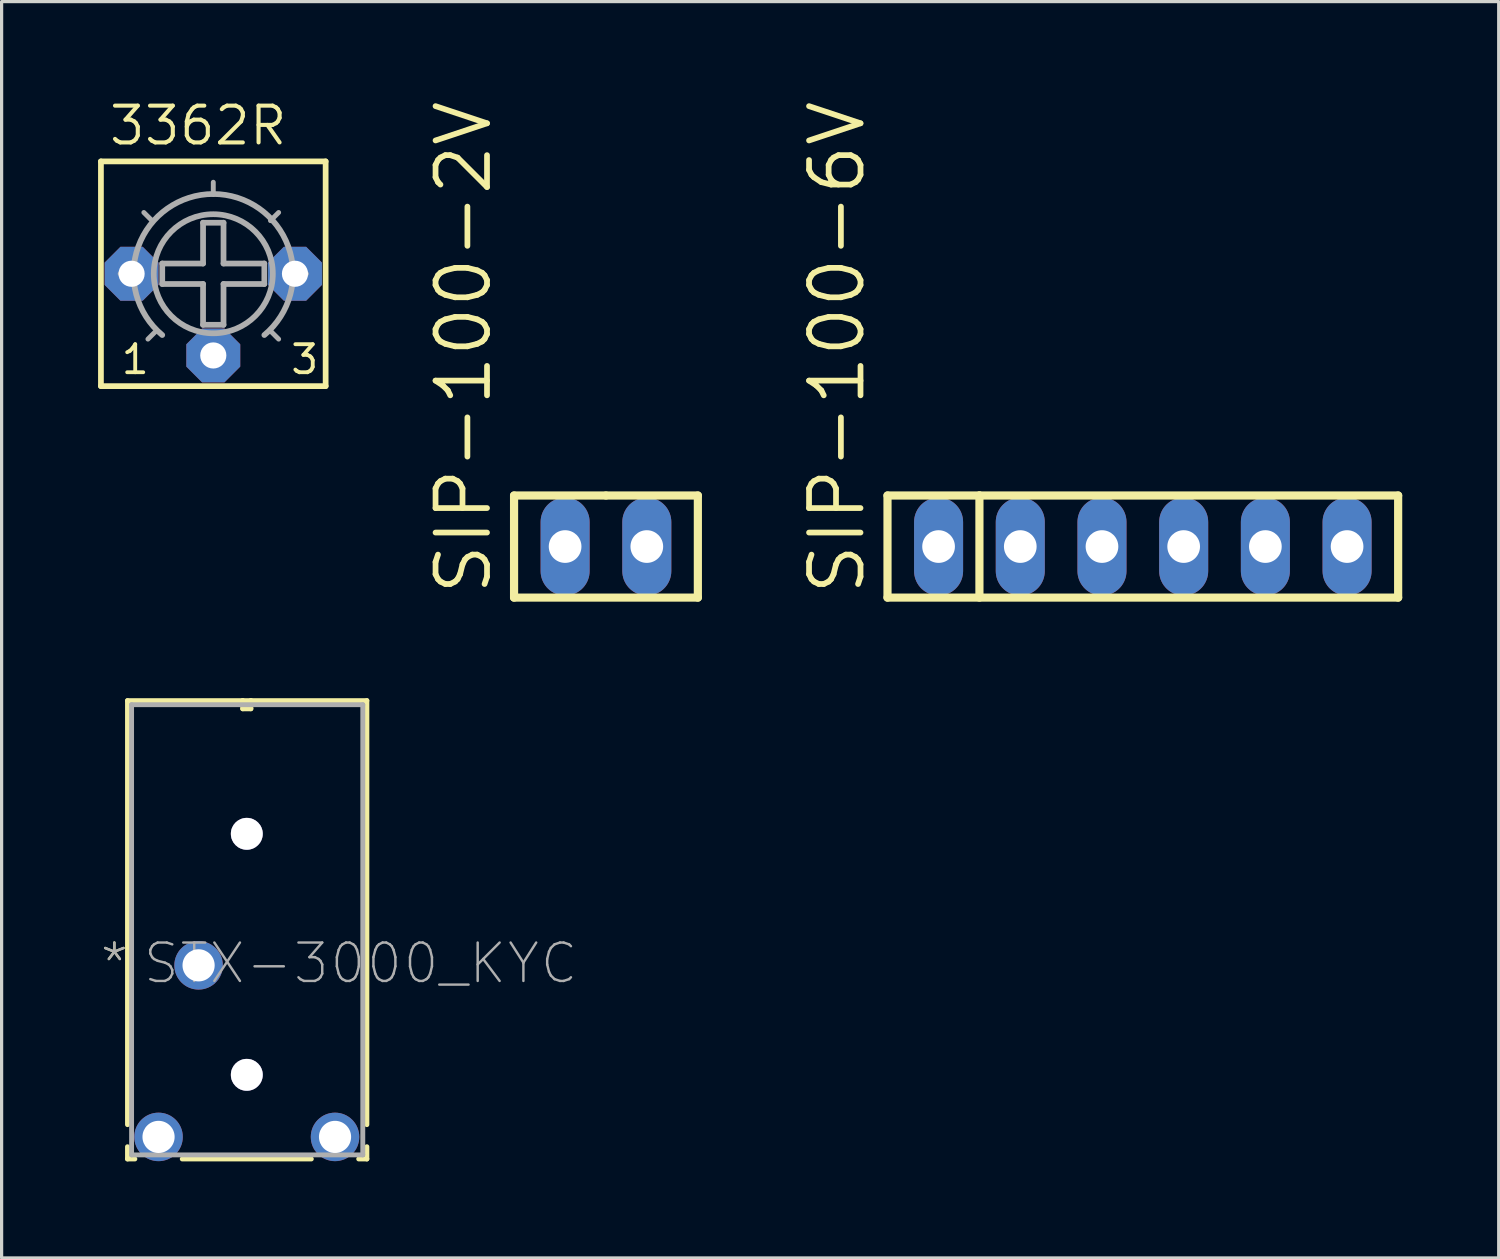
<source format=kicad_pcb>
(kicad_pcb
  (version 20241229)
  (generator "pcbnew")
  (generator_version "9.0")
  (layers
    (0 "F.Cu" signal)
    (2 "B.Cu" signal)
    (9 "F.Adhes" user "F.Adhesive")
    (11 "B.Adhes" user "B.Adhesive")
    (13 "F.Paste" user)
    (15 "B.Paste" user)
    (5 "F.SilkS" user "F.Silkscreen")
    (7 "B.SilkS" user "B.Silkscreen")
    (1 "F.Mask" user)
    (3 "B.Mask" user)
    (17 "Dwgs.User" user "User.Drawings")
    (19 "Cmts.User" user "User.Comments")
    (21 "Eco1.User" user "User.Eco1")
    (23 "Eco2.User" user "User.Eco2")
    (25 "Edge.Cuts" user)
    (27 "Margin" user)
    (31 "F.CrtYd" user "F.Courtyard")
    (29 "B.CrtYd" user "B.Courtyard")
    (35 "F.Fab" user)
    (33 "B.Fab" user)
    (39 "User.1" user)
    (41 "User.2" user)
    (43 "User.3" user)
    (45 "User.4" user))
  (footprint "SIP-100-2V"
    (layer "F.Cu")
    (at 15.789 13.942)
    (property "Reference" "SIP-100-2V" (at -3.493 1.587 90) (layer "F.SilkS") (effects (font (size 1.6 1.6) (thickness 0.178)) (justify left bottom)))
    (fp_line (start -2.857 -1.587) (end -2.857 1.587) (stroke (width 0.254) (type solid)) (layer "F.SilkS"))
    (fp_line (start -2.857 1.587) (end 2.857 1.587) (stroke (width 0.254) (type solid)) (layer "F.SilkS"))
    (fp_line (start 0 -1.587) (end -2.857 -1.587) (stroke (width 0.254) (type solid)) (layer "F.SilkS"))
    (fp_line (start 2.857 -1.587) (end 0 -1.587) (stroke (width 0.254) (type solid)) (layer "F.SilkS"))
    (fp_line (start 2.857 1.587) (end 2.857 -1.587) (stroke (width 0.254) (type solid)) (layer "F.SilkS"))
    (pad "1" thru_hole oval (at -1.27 0 90) (size 3.048 1.524) (drill 1.016) (layers "*.Cu" "*.Mask"))
    (pad "2" thru_hole oval (at 1.27 0 90) (size 3.048 1.524) (drill 1.016) (layers "*.Cu" "*.Mask")))
  (footprint "STX-3000_KYC"
    (layer "F.Cu")
    (at 3.124 26.962)
    (property "Reference" "STX-3000_KYC" (at -1.778 0.635 0) (layer "F.Fab") (effects (font (size 1.194 1.194) (thickness 0.076)) (justify left bottom)))
    (fp_line (start -2.21 -8.23) (end -2.21 4.953) (stroke (width 0.152) (type solid)) (layer "F.SilkS"))
    (fp_line (start -2.21 5.639) (end -2.21 6.02) (stroke (width 0.152) (type solid)) (layer "F.SilkS"))
    (fp_line (start -2.21 6.02) (end -1.981 6.02) (stroke (width 0.152) (type solid)) (layer "F.SilkS"))
    (fp_line (start -0.508 6.02) (end 3.505 6.02) (stroke (width 0.152) (type solid)) (layer "F.SilkS"))
    (fp_line (start 1.372 -8.23) (end -2.21 -8.23) (stroke (width 0.152) (type solid)) (layer "F.SilkS"))
    (fp_line (start 1.372 -8.23) (end 1.372 -7.976) (stroke (width 0.152) (type solid)) (layer "F.SilkS"))
    (fp_line (start 1.372 -7.976) (end 1.626 -7.976) (stroke (width 0.152) (type solid)) (layer "F.SilkS"))
    (fp_line (start 1.626 -8.23) (end 1.372 -8.23) (stroke (width 0.152) (type solid)) (layer "F.SilkS"))
    (fp_line (start 1.626 -7.976) (end 1.626 -8.23) (stroke (width 0.152) (type solid)) (layer "F.SilkS"))
    (fp_line (start 4.978 6.02) (end 5.232 6.02) (stroke (width 0.152) (type solid)) (layer "F.SilkS"))
    (fp_line (start 5.232 -8.23) (end 1.626 -8.23) (stroke (width 0.152) (type solid)) (layer "F.SilkS"))
    (fp_line (start 5.232 4.953) (end 5.232 -8.23) (stroke (width 0.152) (type solid)) (layer "F.SilkS"))
    (fp_line (start 5.232 6.02) (end 5.232 5.639) (stroke (width 0.152) (type solid)) (layer "F.SilkS"))
    (fp_line (start -2.083 -8.103) (end -2.083 5.893) (stroke (width 0.152) (type solid)) (layer "F.Fab"))
    (fp_line (start -2.083 5.893) (end 5.105 5.893) (stroke (width 0.152) (type solid)) (layer "F.Fab"))
    (fp_line (start 5.105 -8.103) (end -2.083 -8.103) (stroke (width 0.152) (type solid)) (layer "F.Fab"))
    (fp_line (start 5.105 5.893) (end 5.105 -8.103) (stroke (width 0.152) (type solid)) (layer "F.Fab"))
    (fp_text user "*" (at -3.124 0.635 0) (layer "F.SilkS") (effects (font (size 1.194 1.194) (thickness 0.076)) (justify left bottom)))
    (fp_text user "*" (at -3.124 0.635 0) (layer "F.Fab") (effects (font (size 1.194 1.194) (thickness 0.076)) (justify left bottom)))
    (pad "1" thru_hole circle (at 0 0 90) (size 1.508 1.508) (drill 1) (layers "*.Cu" "*.Mask"))
    (pad "2" thru_hole circle (at 4.242 5.334 90) (size 1.508 1.508) (drill 1) (layers "*.Cu" "*.Mask"))
    (pad "3" thru_hole circle (at -1.245 5.334 90) (size 1.508 1.508) (drill 1) (layers "*.Cu" "*.Mask"))
    (pad "4" thru_hole circle (at 1.499 -4.089) (size 0.991 0.991) (drill 0.991) (layers "*.Cu" "*.Mask"))
    (pad "5" thru_hole circle (at 1.499 3.404) (size 0.991 0.991) (drill 0.991) (layers "*.Cu" "*.Mask")))
  (footprint "3362R"
    (layer "F.Cu")
    (at 3.581 5.461)
    (property "Reference" "3362R" (at -3.302 -3.937 0) (layer "F.SilkS") (effects (font (size 1.143 1.143) (thickness 0.127)) (justify left bottom)))
    (fp_line (start -3.493 -3.493) (end 3.493 -3.493) (stroke (width 0.178) (type solid)) (layer "F.SilkS"))
    (fp_line (start -3.493 3.493) (end -3.493 -3.493) (stroke (width 0.178) (type solid)) (layer "F.SilkS"))
    (fp_line (start 3.493 -3.493) (end 3.493 3.493) (stroke (width 0.178) (type solid)) (layer "F.SilkS"))
    (fp_line (start 3.493 3.493) (end -3.493 3.493) (stroke (width 0.178) (type solid)) (layer "F.SilkS"))
    (fp_line (start -2.515 0) (end -2.896 0) (stroke (width 0.152) (type solid)) (layer "F.Fab"))
    (fp_line (start -1.905 -1.651) (end -2.159 -1.905) (stroke (width 0.152) (type solid)) (layer "F.Fab"))
    (fp_line (start -1.778 1.778) (end -2.032 2.032) (stroke (width 0.152) (type solid)) (layer "F.Fab"))
    (fp_line (start -1.587 -0.318) (end -0.318 -0.318) (stroke (width 0.178) (type solid)) (layer "F.Fab"))
    (fp_line (start -1.587 0.318) (end -1.587 -0.318) (stroke (width 0.178) (type solid)) (layer "F.Fab"))
    (fp_line (start -0.318 -1.587) (end 0.318 -1.587) (stroke (width 0.178) (type solid)) (layer "F.Fab"))
    (fp_line (start -0.318 -0.318) (end -0.318 -1.587) (stroke (width 0.178) (type solid)) (layer "F.Fab"))
    (fp_line (start -0.318 0.318) (end -1.587 0.318) (stroke (width 0.178) (type solid)) (layer "F.Fab"))
    (fp_line (start -0.318 1.587) (end -0.318 0.318) (stroke (width 0.178) (type solid)) (layer "F.Fab"))
    (fp_line (start 0 -2.464) (end 0 -2.845) (stroke (width 0.152) (type solid)) (layer "F.Fab"))
    (fp_line (start 0.318 -1.587) (end 0.318 -0.318) (stroke (width 0.178) (type solid)) (layer "F.Fab"))
    (fp_line (start 0.318 -0.318) (end 1.587 -0.318) (stroke (width 0.178) (type solid)) (layer "F.Fab"))
    (fp_line (start 0.318 0.318) (end 0.318 1.587) (stroke (width 0.178) (type solid)) (layer "F.Fab"))
    (fp_line (start 0.318 1.587) (end -0.318 1.587) (stroke (width 0.178) (type solid)) (layer "F.Fab"))
    (fp_line (start 1.587 -0.318) (end 1.587 0.318) (stroke (width 0.178) (type solid)) (layer "F.Fab"))
    (fp_line (start 1.587 0.318) (end 0.318 0.318) (stroke (width 0.178) (type solid)) (layer "F.Fab"))
    (fp_line (start 1.778 -1.651) (end 2.032 -1.905) (stroke (width 0.152) (type solid)) (layer "F.Fab"))
    (fp_line (start 1.778 1.778) (end 2.032 2.032) (stroke (width 0.152) (type solid)) (layer "F.Fab"))
    (fp_line (start 2.515 0) (end 2.896 0) (stroke (width 0.152) (type solid)) (layer "F.Fab"))
    (fp_arc (start -1.5875 1.905) (mid 0 -2.479754) (end 1.5875 1.905) (stroke (width 0.1778) (type solid)) (layer "F.Fab"))
    (fp_circle (center 0 0) (end 1.851 0) (stroke (width 0.178) (type solid)) (fill no) (layer "F.Fab"))
    (fp_text user "3" (at 2.349 3.175 0) (layer "F.SilkS") (effects (font (size 0.872 0.872) (thickness 0.119)) (justify left bottom)))
    (fp_text user "1" (at -2.921 3.175 0) (layer "F.SilkS") (effects (font (size 0.872 0.872) (thickness 0.119)) (justify left bottom)))
    (pad "1" thru_hole roundrect (at -2.54 0) (size 1.676 1.676) (drill 0.813) (layers "*.Cu" "*.Mask") (roundrect_rratio 0.25) (chamfer_ratio 0.293) (chamfer top_left top_right bottom_left bottom_right))
    (pad "2" thru_hole roundrect (at 0 2.54) (size 1.676 1.676) (drill 0.813) (layers "*.Cu" "*.Mask") (roundrect_rratio 0.25) (chamfer_ratio 0.293) (chamfer top_left top_right bottom_left bottom_right))
    (pad "3" thru_hole roundrect (at 2.54 0) (size 1.676 1.676) (drill 0.813) (layers "*.Cu" "*.Mask") (roundrect_rratio 0.25) (chamfer_ratio 0.293) (chamfer top_left top_right bottom_left bottom_right)))
  (footprint "SIP-100-6V"
    (layer "F.Cu")
    (at 32.48 13.942)
    (property "Reference" "SIP-100-6V" (at -8.572 1.587 90) (layer "F.SilkS") (effects (font (size 1.6 1.6) (thickness 0.178)) (justify left bottom)))
    (fp_line (start -7.938 -1.587) (end -7.938 1.587) (stroke (width 0.254) (type solid)) (layer "F.SilkS"))
    (fp_line (start -7.938 1.587) (end 7.938 1.587) (stroke (width 0.254) (type solid)) (layer "F.SilkS"))
    (fp_line (start -5.08 -1.587) (end -7.938 -1.587) (stroke (width 0.254) (type solid)) (layer "F.SilkS"))
    (fp_line (start -5.08 -1.587) (end -5.08 1.587) (stroke (width 0.254) (type solid)) (layer "F.SilkS"))
    (fp_line (start 7.938 -1.587) (end -5.08 -1.587) (stroke (width 0.254) (type solid)) (layer "F.SilkS"))
    (fp_line (start 7.938 1.587) (end 7.938 -1.587) (stroke (width 0.254) (type solid)) (layer "F.SilkS"))
    (pad "1" thru_hole oval (at -6.35 0 90) (size 3.048 1.524) (drill 1.016) (layers "*.Cu" "*.Mask"))
    (pad "2" thru_hole oval (at -3.81 0 90) (size 3.048 1.524) (drill 1.016) (layers "*.Cu" "*.Mask"))
    (pad "3" thru_hole oval (at -1.27 0 90) (size 3.048 1.524) (drill 1.016) (layers "*.Cu" "*.Mask"))
    (pad "4" thru_hole oval (at 1.27 0 90) (size 3.048 1.524) (drill 1.016) (layers "*.Cu" "*.Mask"))
    (pad "5" thru_hole oval (at 3.81 0 90) (size 3.048 1.524) (drill 1.016) (layers "*.Cu" "*.Mask"))
    (pad "6" thru_hole oval (at 6.35 0 90) (size 3.048 1.524) (drill 1.016) (layers "*.Cu" "*.Mask")))
  (gr_rect
    (start -3 -3)
    (end 43.544 36.058)
    (stroke (width 0.1) (type default))
    (fill no)
    (layer "Edge.Cuts")))
</source>
